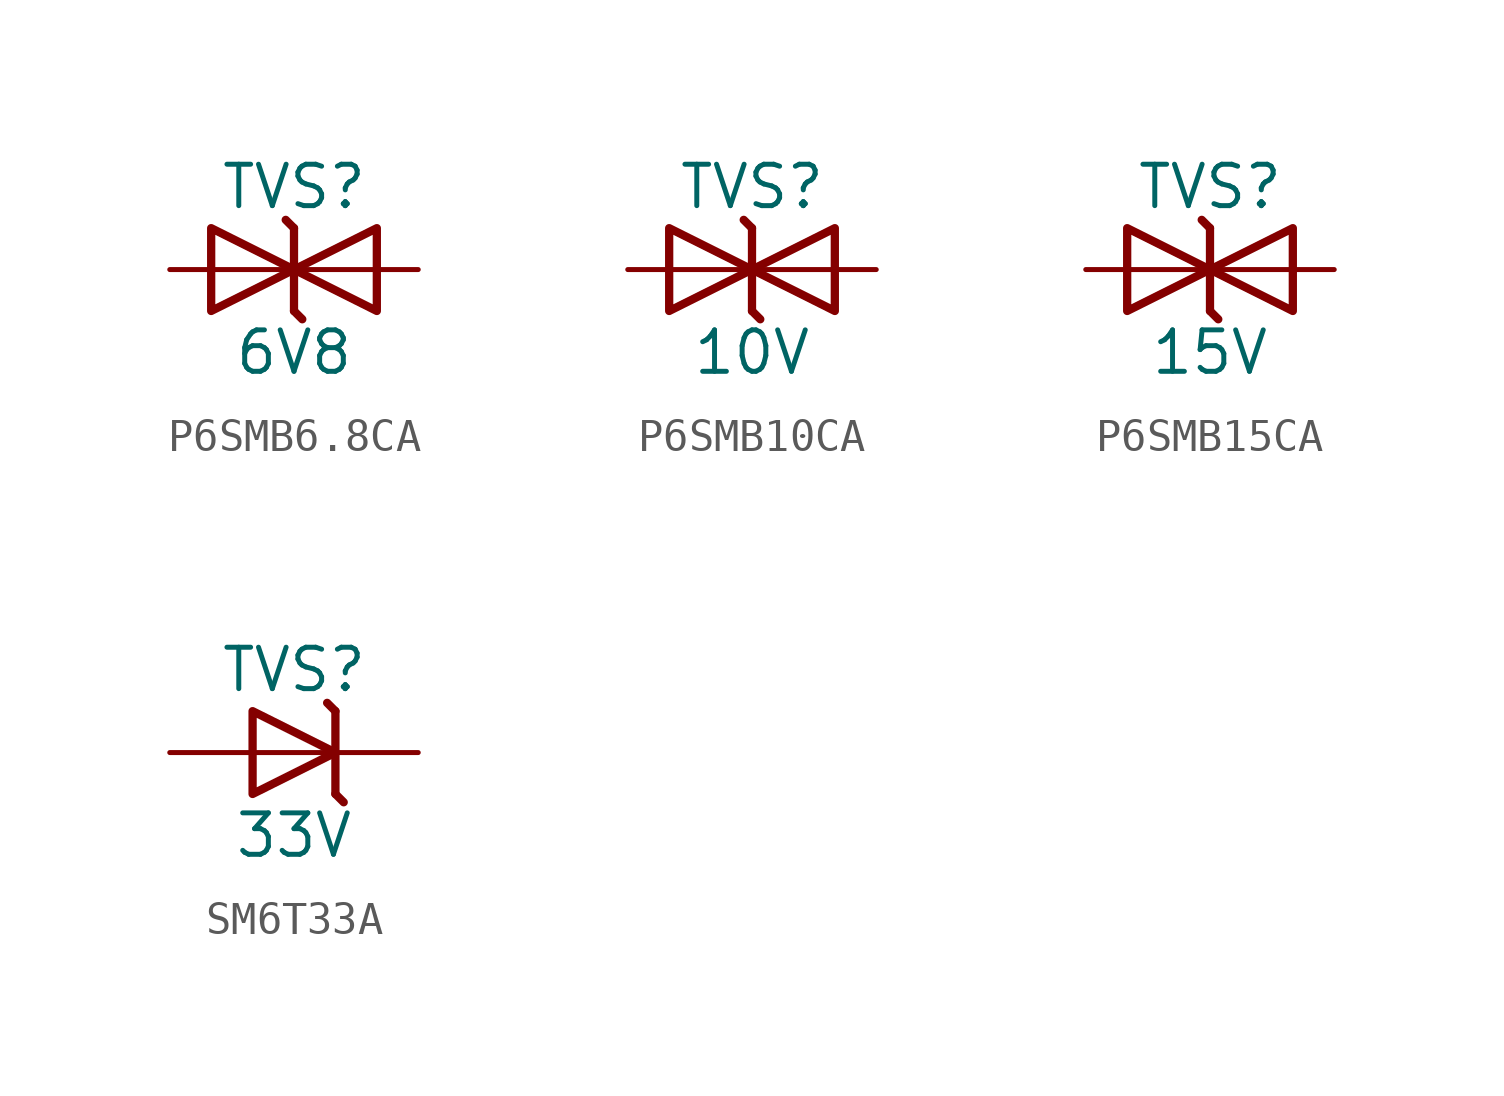
<source format=kicad_sym>
(kicad_symbol_lib
  (version 20231120)
  (generator "kicad_symbol_editor")
  (generator_version "8.0")
  (symbol "P6SMB6.8CA"
    (pin_numbers hide)
    (pin_names
      (offset 0) hide)
    (property "Reference" "TVS"
      (at 0 2.54 0)
      (effects (font (size 1.27 1.27))))
    (property "Value" "6V8"
      (at 0 -2.54 0)
      (effects (font (size 1.27 1.27))))
    (symbol "P6SMB6.8CA_0_0"
      (polyline (pts (xy 0 0) (xy -2.54 0)) (stroke (width 0.152) (type default)) (fill (type none)))
      (polyline (pts (xy 2.54 0) (xy 0 0)) (stroke (width 0.152) (type default)) (fill (type none))))
    (symbol "P6SMB6.8CA_0_1"
      (polyline (pts (xy 0 1.27) (xy -0.254 1.524)) (stroke (width 0.254) (type default)) (fill (type none)))
      (polyline (pts (xy 0 1.27) (xy 0 -1.27)) (stroke (width 0.254) (type default)) (fill (type none)))
      (polyline (pts (xy 0.254 -1.524) (xy 0 -1.27)) (stroke (width 0.254) (type default)) (fill (type none))))
    (symbol "P6SMB6.8CA_1_1"
      (polyline (pts (xy -2.54 1.27) (xy -2.54 -1.27) (xy 0 0) (xy -2.54 1.27)) (stroke (width 0.254) (type default)) (fill (type none)))
      (polyline (pts (xy 2.54 -1.27) (xy 2.54 1.27) (xy 0 0) (xy 2.54 -1.27)) (stroke (width 0.254) (type default)) (fill (type none)))
      (pin passive line (at 3.81 0 180) (length 1.27) (name "AC1" (effects (font (size 1.27 1.27)))) (number "1" (effects (font (size 1.27 1.27)))))
      (pin passive line (at -3.81 0 0) (length 1.27) (name "AC2" (effects (font (size 1.27 1.27)))) (number "2" (effects (font (size 1.27 1.27)))))))
  (symbol "P6SMB10CA"
    (pin_numbers hide)
    (pin_names
      (offset 0) hide)
    (property "Reference" "TVS"
      (at 0 2.54 0)
      (effects (font (size 1.27 1.27))))
    (property "Value" "10V"
      (at 0 -2.54 0)
      (effects (font (size 1.27 1.27))))
    (symbol "P6SMB10CA_0_0"
      (polyline (pts (xy 0 0) (xy -2.54 0)) (stroke (width 0.152) (type default)) (fill (type none)))
      (polyline (pts (xy 2.54 0) (xy 0 0)) (stroke (width 0.152) (type default)) (fill (type none))))
    (symbol "P6SMB10CA_0_1"
      (polyline (pts (xy 0 1.27) (xy -0.254 1.524)) (stroke (width 0.254) (type default)) (fill (type none)))
      (polyline (pts (xy 0 1.27) (xy 0 -1.27)) (stroke (width 0.254) (type default)) (fill (type none)))
      (polyline (pts (xy 0.254 -1.524) (xy 0 -1.27)) (stroke (width 0.254) (type default)) (fill (type none))))
    (symbol "P6SMB10CA_1_1"
      (polyline (pts (xy -2.54 1.27) (xy -2.54 -1.27) (xy 0 0) (xy -2.54 1.27)) (stroke (width 0.254) (type default)) (fill (type none)))
      (polyline (pts (xy 2.54 -1.27) (xy 2.54 1.27) (xy 0 0) (xy 2.54 -1.27)) (stroke (width 0.254) (type default)) (fill (type none)))
      (pin passive line (at 3.81 0 180) (length 1.27) (name "AC1" (effects (font (size 1.27 1.27)))) (number "1" (effects (font (size 1.27 1.27)))))
      (pin passive line (at -3.81 0 0) (length 1.27) (name "AC2" (effects (font (size 1.27 1.27)))) (number "2" (effects (font (size 1.27 1.27)))))))
  (symbol "P6SMB15CA"
    (pin_numbers hide)
    (pin_names
      (offset 0) hide)
    (property "Reference" "TVS"
      (at 0 2.54 0)
      (effects (font (size 1.27 1.27))))
    (property "Value" "15V"
      (at 0 -2.54 0)
      (effects (font (size 1.27 1.27))))
    (symbol "P6SMB15CA_0_0"
      (polyline (pts (xy 0 0) (xy -2.54 0)) (stroke (width 0.152) (type default)) (fill (type none)))
      (polyline (pts (xy 2.54 0) (xy 0 0)) (stroke (width 0.152) (type default)) (fill (type none))))
    (symbol "P6SMB15CA_0_1"
      (polyline (pts (xy 0 1.27) (xy -0.254 1.524)) (stroke (width 0.254) (type default)) (fill (type none)))
      (polyline (pts (xy 0 1.27) (xy 0 -1.27)) (stroke (width 0.254) (type default)) (fill (type none)))
      (polyline (pts (xy 0.254 -1.524) (xy 0 -1.27)) (stroke (width 0.254) (type default)) (fill (type none))))
    (symbol "P6SMB15CA_1_1"
      (polyline (pts (xy -2.54 1.27) (xy -2.54 -1.27) (xy 0 0) (xy -2.54 1.27)) (stroke (width 0.254) (type default)) (fill (type none)))
      (polyline (pts (xy 2.54 -1.27) (xy 2.54 1.27) (xy 0 0) (xy 2.54 -1.27)) (stroke (width 0.254) (type default)) (fill (type none)))
      (pin passive line (at 3.81 0 180) (length 1.27) (name "AC1" (effects (font (size 1.27 1.27)))) (number "1" (effects (font (size 1.27 1.27)))))
      (pin passive line (at -3.81 0 0) (length 1.27) (name "AC2" (effects (font (size 1.27 1.27)))) (number "2" (effects (font (size 1.27 1.27)))))))
  (symbol "SM6T33A"
    (pin_numbers hide)
    (pin_names
      (offset 0) hide)
    (property "Reference" "TVS"
      (at 0 2.54 0)
      (effects (font (size 1.27 1.27))))
    (property "Value" "33V"
      (at 0 -2.54 0)
      (effects (font (size 1.27 1.27))))
    (symbol "SM6T33A_0_0"
      (polyline (pts (xy 1.27 0) (xy -1.27 0)) (stroke (width 0.152) (type default)) (fill (type none))))
    (symbol "SM6T33A_0_1"
      (polyline (pts (xy 1.27 1.27) (xy 1.016 1.524)) (stroke (width 0.254) (type default)) (fill (type none)))
      (polyline (pts (xy 1.27 1.27) (xy 1.27 -1.27)) (stroke (width 0.254) (type default)) (fill (type none)))
      (polyline (pts (xy 1.524 -1.524) (xy 1.27 -1.27)) (stroke (width 0.254) (type default)) (fill (type none)))
      (polyline (pts (xy -1.27 1.27) (xy -1.27 -1.27) (xy 1.27 0) (xy -1.27 1.27)) (stroke (width 0.254) (type default)) (fill (type none))))
    (symbol "SM6T33A_1_1"
      (pin passive line (at 3.81 0 180) (length 2.54) (name "C" (effects (font (size 1.27 1.27)))) (number "1" (effects (font (size 1.27 1.27)))))
      (pin passive line (at -3.81 0 0) (length 2.54) (name "A" (effects (font (size 1.27 1.27)))) (number "2" (effects (font (size 1.27 1.27))))))))
</source>
